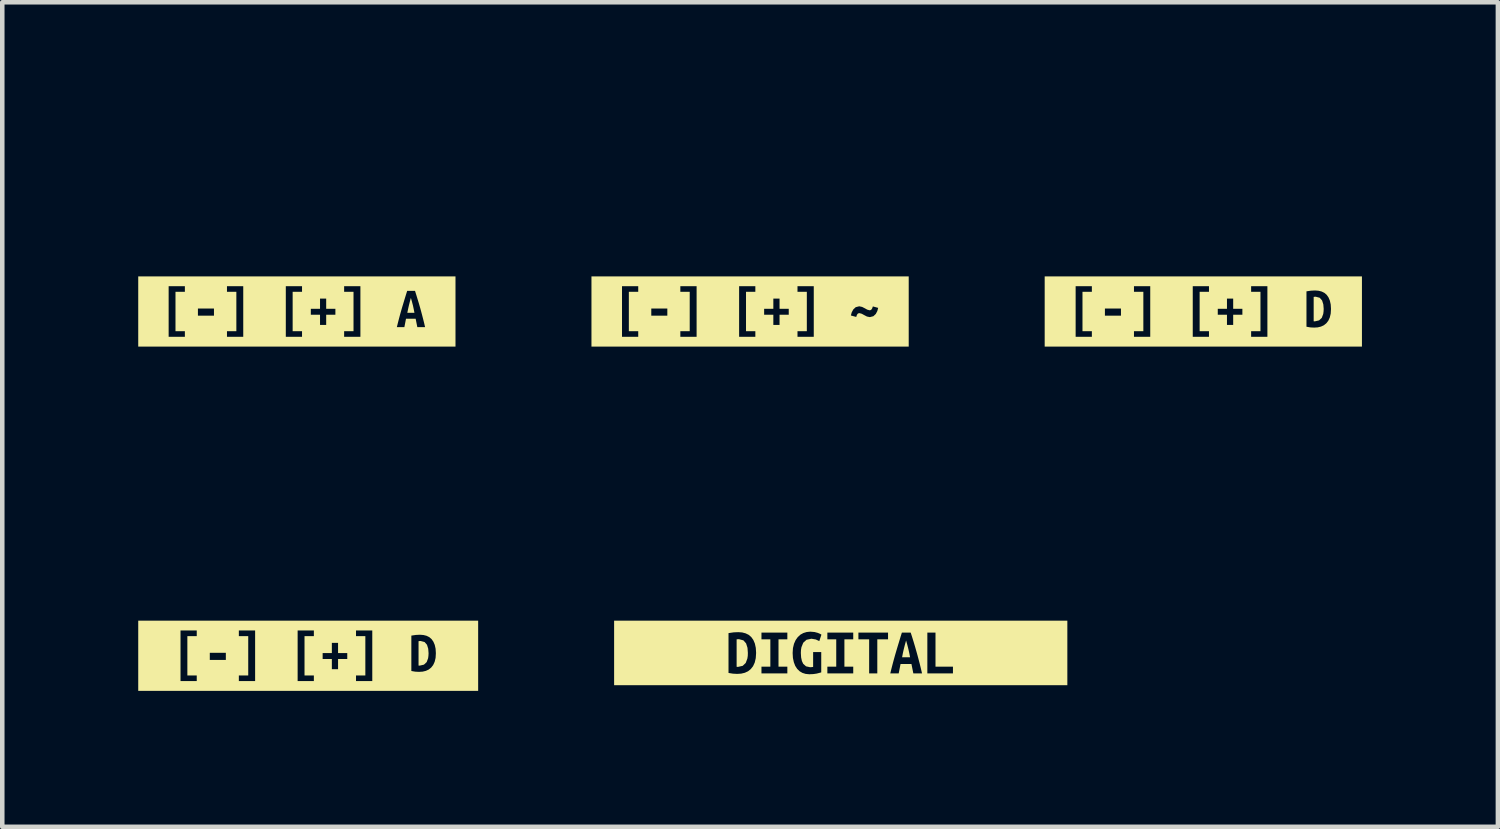
<source format=kicad_pcb>
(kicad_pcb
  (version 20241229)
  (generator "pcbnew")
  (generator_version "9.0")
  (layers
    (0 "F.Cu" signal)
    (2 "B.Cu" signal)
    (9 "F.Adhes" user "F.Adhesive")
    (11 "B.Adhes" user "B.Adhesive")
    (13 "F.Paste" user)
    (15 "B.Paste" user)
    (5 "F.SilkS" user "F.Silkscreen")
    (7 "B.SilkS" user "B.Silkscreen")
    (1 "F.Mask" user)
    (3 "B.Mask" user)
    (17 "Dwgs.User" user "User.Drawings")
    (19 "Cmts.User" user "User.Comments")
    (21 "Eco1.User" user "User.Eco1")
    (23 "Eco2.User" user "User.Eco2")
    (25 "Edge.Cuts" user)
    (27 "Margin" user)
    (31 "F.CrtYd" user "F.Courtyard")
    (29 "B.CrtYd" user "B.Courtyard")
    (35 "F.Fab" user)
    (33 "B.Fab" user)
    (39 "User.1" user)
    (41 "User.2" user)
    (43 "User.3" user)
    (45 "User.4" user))
  (footprint "kibuzzard-681D13E1"
    (layer "F.Cu")
    (at 15.5 11.357)
    (property "Reference" "kibuzzard-681D13E1" (at 0 -3.76 0) (layer "F.SilkS") (effects (font (size 0.001 0.001) (thickness 0.15))))
    (attr board_only exclude_from_pos_files exclude_from_bom)
    (fp_poly (pts (xy 1.442 -0.275) (xy 1.415 -0.178) (xy 1.392 -0.088) (xy 1.372 0.001) (xy 1.354 0.095) (xy 1.53 0.095) (xy 1.512 0.001) (xy 1.492 -0.088) (xy 1.469 -0.178) (xy 1.442 -0.275)) (stroke (width 0) (type solid)) (fill yes) (layer "F.SilkS"))
    (fp_poly (pts (xy -2.297 0.305) (xy -2.281 0.307) (xy -2.265 0.307) (xy -2.163 0.284) (xy -2.096 0.22) (xy -2.06 0.123) (xy -2.051 0.064) (xy -2.049 0) (xy -2.057 -0.113) (xy -2.088 -0.211) (xy -2.147 -0.278) (xy -2.245 -0.304) (xy -2.271 -0.303) (xy -2.297 -0.3) (xy -2.297 0.305)) (stroke (width 0) (type solid)) (fill yes) (layer "F.SilkS"))
    (fp_poly (pts (xy -5 -0.712) (xy -5 -0.712) (xy -5 0.712) (xy -5 0.712) (xy -2.284 0.712) (xy -2.284 0.462) (xy -2.378 0.457) (xy -2.476 0.441) (xy -2.476 -0.438) (xy -2.361 -0.455) (xy -2.261 -0.459) (xy -2.176 -0.453) (xy -2.099 -0.433) (xy -2.031 -0.4) (xy -1.974 -0.351) (xy -1.929 -0.288) (xy -1.895 -0.209) (xy -1.874 -0.113) (xy -1.867 0) (xy -1.875 0.116) (xy -1.898 0.213) (xy -1.935 0.293) (xy -1.985 0.356) (xy -2.045 0.404) (xy -2.116 0.437) (xy -2.196 0.456) (xy -2.284 0.462) (xy -2.284 0.712) (xy -1.749 0.712) (xy -1.749 0.451) (xy -1.749 0.302) (xy -1.553 0.302) (xy -1.553 -0.301) (xy -1.749 -0.301) (xy -1.749 -0.449) (xy -1.178 -0.449) (xy -1.178 -0.301) (xy -1.373 -0.301) (xy -1.373 0.302) (xy -1.178 0.302) (xy -1.178 0.451) (xy -1.749 0.451) (xy -1.749 0.712) (xy -0.694 0.712) (xy -0.694 0.47) (xy -0.774 0.462) (xy -0.845 0.44) (xy -0.908 0.403) (xy -0.961 0.351) (xy -1.004 0.285) (xy -1.035 0.204) (xy -1.055 0.109) (xy -1.061 0) (xy -1.054 -0.108) (xy -1.031 -0.203) (xy -0.995 -0.284) (xy -0.948 -0.35) (xy -0.891 -0.403) (xy -0.824 -0.44) (xy -0.751 -0.462) (xy -0.672 -0.47) (xy -0.578 -0.462) (xy -0.506 -0.443) (xy -0.456 -0.422) (xy -0.426 -0.404) (xy -0.473 -0.262) (xy -0.551 -0.298) (xy -0.647 -0.314) (xy -0.755 -0.291) (xy -0.827 -0.226) (xy -0.867 -0.127) (xy -0.877 -0.067) (xy -0.88 0) (xy -0.874 0.098) (xy -0.857 0.177) (xy -0.829 0.238) (xy -0.766 0.295) (xy -0.679 0.314) (xy -0.644 0.313) (xy -0.609 0.308) (xy -0.609 -0.02) (xy -0.43 -0.02) (xy -0.43 0.429) (xy -0.53 0.455) (xy -0.605 0.466) (xy -0.694 0.47) (xy -0.694 0.712) (xy -0.295 0.712) (xy -0.295 0.451) (xy -0.295 0.302) (xy -0.099 0.302) (xy -0.099 -0.301) (xy -0.295 -0.301) (xy -0.295 -0.449) (xy 0.276 -0.449) (xy 0.276 -0.301) (xy 0.081 -0.301) (xy 0.081 0.302) (xy 0.276 0.302) (xy 0.276 0.451) (xy -0.295 0.451) (xy -0.295 0.712) (xy 0.807 0.712) (xy 0.807 0.451) (xy 0.627 0.451) (xy 0.627 -0.301) (xy 0.39 -0.301) (xy 0.39 -0.449) (xy 1.044 -0.449) (xy 1.044 -0.301) (xy 0.807 -0.301) (xy 0.807 0.451) (xy 0.807 0.712) (xy 1.602 0.712) (xy 1.602 0.451) (xy 1.56 0.243) (xy 1.32 0.243) (xy 1.279 0.451) (xy 1.093 0.451) (xy 1.119 0.346) (xy 1.145 0.245) (xy 1.171 0.148) (xy 1.197 0.055) (xy 1.223 -0.034) (xy 1.255 -0.142) (xy 1.287 -0.247) (xy 1.318 -0.35) (xy 1.349 -0.449) (xy 1.544 -0.449) (xy 1.576 -0.349) (xy 1.608 -0.246) (xy 1.64 -0.139) (xy 1.671 -0.03) (xy 1.696 0.06) (xy 1.721 0.154) (xy 1.746 0.25) (xy 1.77 0.349) (xy 1.794 0.451) (xy 1.602 0.451) (xy 1.602 0.712) (xy 2.476 0.712) (xy 2.476 0.451) (xy 1.911 0.451) (xy 1.911 -0.449) (xy 2.091 -0.449) (xy 2.091 0.302) (xy 2.476 0.302) (xy 2.476 0.451) (xy 2.476 0.712) (xy 5 0.712) (xy 5 0.712) (xy 5 -0.712) (xy 5 -0.712) (xy -5 -0.712)) (stroke (width 0) (type solid)) (fill yes) (layer "F.SilkS")))
  (footprint "kibuzzard-681D00EA"
    (layer "F.Cu")
    (at 3.75 11.419)
    (property "Reference" "kibuzzard-681D00EA" (at 0 -3.822 0) (layer "F.SilkS") (effects (font (size 0.001 0.001) (thickness 0.15))))
    (attr board_only exclude_from_pos_files exclude_from_bom)
    (fp_poly (pts (xy 2.435 0.216) (xy 2.449 0.217) (xy 2.463 0.217) (xy 2.554 0.196) (xy 2.614 0.14) (xy 2.646 0.054) (xy 2.653 0.001) (xy 2.656 -0.056) (xy 2.648 -0.156) (xy 2.621 -0.243) (xy 2.568 -0.303) (xy 2.481 -0.326) (xy 2.458 -0.325) (xy 2.435 -0.322) (xy 2.435 0.216)) (stroke (width 0) (type solid)) (fill yes) (layer "F.SilkS"))
    (fp_poly (pts (xy -3.75 -0.774) (xy -3.75 -0.774) (xy -3.75 0.774) (xy -3.75 0.774) (xy -2.459 0.774) (xy -2.459 0.558) (xy -2.817 0.558) (xy -2.817 -0.558) (xy -2.459 -0.558) (xy -2.459 -0.434) (xy -2.666 -0.434) (xy -2.666 0.434) (xy -2.459 0.434) (xy -2.459 0.558) (xy -2.459 0.774) (xy -1.817 0.774) (xy -1.817 0.092) (xy -2.171 0.092) (xy -2.171 -0.065) (xy -1.817 -0.065) (xy -1.817 0.092) (xy -1.817 0.774) (xy -1.171 0.774) (xy -1.171 0.558) (xy -1.53 0.558) (xy -1.53 0.434) (xy -1.323 0.434) (xy -1.323 -0.434) (xy -1.53 -0.434) (xy -1.53 -0.558) (xy -1.171 -0.558) (xy -1.171 0.558) (xy -1.171 0.774) (xy 0.125 0.774) (xy 0.125 0.558) (xy -0.233 0.558) (xy -0.233 -0.558) (xy 0.125 -0.558) (xy 0.125 -0.434) (xy -0.081 -0.434) (xy -0.081 0.434) (xy 0.125 0.434) (xy 0.125 0.558) (xy 0.125 0.774) (xy 0.659 0.774) (xy 0.659 0.296) (xy 0.522 0.296) (xy 0.522 0.071) (xy 0.319 0.071) (xy 0.319 -0.059) (xy 0.522 -0.059) (xy 0.522 -0.284) (xy 0.659 -0.284) (xy 0.659 -0.059) (xy 0.862 -0.059) (xy 0.862 0.071) (xy 0.659 0.071) (xy 0.659 0.296) (xy 0.659 0.774) (xy 1.414 0.774) (xy 1.414 0.558) (xy 1.055 0.558) (xy 1.055 0.434) (xy 1.261 0.434) (xy 1.261 -0.434) (xy 1.055 -0.434) (xy 1.055 -0.558) (xy 1.414 -0.558) (xy 1.414 0.558) (xy 1.414 0.774) (xy 2.447 0.774) (xy 2.447 0.355) (xy 2.363 0.351) (xy 2.276 0.336) (xy 2.276 -0.445) (xy 2.378 -0.46) (xy 2.467 -0.464) (xy 2.543 -0.458) (xy 2.611 -0.441) (xy 2.672 -0.411) (xy 2.722 -0.368) (xy 2.762 -0.311) (xy 2.792 -0.241) (xy 2.811 -0.156) (xy 2.817 -0.056) (xy 2.811 0.047) (xy 2.79 0.134) (xy 2.757 0.205) (xy 2.713 0.261) (xy 2.659 0.304) (xy 2.596 0.333) (xy 2.525 0.35) (xy 2.447 0.355) (xy 2.447 0.774) (xy 3.75 0.774) (xy 3.75 0.774) (xy 3.75 -0.774) (xy 3.75 -0.774) (xy -3.75 -0.774)) (stroke (width 0) (type solid)) (fill yes) (layer "F.SilkS")))
  (footprint "kibuzzard-681CED7D"
    (layer "F.Cu")
    (at 3.5 3.823)
    (property "Reference" "kibuzzard-681CED7D" (at 0 -3.822 0) (layer "F.SilkS") (effects (font (size 0.001 0.001) (thickness 0.15))))
    (attr board_only exclude_from_pos_files exclude_from_bom)
    (fp_poly (pts (xy 2.516 -0.3) (xy 2.492 -0.214) (xy 2.472 -0.134) (xy 2.454 -0.054) (xy 2.437 0.028) (xy 2.594 0.028) (xy 2.578 -0.054) (xy 2.561 -0.134) (xy 2.54 -0.214) (xy 2.516 -0.3)) (stroke (width 0) (type solid)) (fill yes) (layer "F.SilkS"))
    (fp_poly (pts (xy -3.5 -0.774) (xy -3.5 -0.774) (xy -3.5 0.774) (xy -3.5 0.774) (xy -2.471 0.774) (xy -2.471 0.558) (xy -2.829 0.558) (xy -2.829 -0.558) (xy -2.471 -0.558) (xy -2.471 -0.434) (xy -2.678 -0.434) (xy -2.678 0.434) (xy -2.471 0.434) (xy -2.471 0.558) (xy -2.471 0.774) (xy -1.829 0.774) (xy -1.829 0.092) (xy -2.183 0.092) (xy -2.183 -0.065) (xy -1.829 -0.065) (xy -1.829 0.092) (xy -1.829 0.774) (xy -1.183 0.774) (xy -1.183 0.558) (xy -1.542 0.558) (xy -1.542 0.434) (xy -1.335 0.434) (xy -1.335 -0.434) (xy -1.542 -0.434) (xy -1.542 -0.558) (xy -1.183 -0.558) (xy -1.183 0.558) (xy -1.183 0.774) (xy 0.114 0.774) (xy 0.114 0.558) (xy -0.244 0.558) (xy -0.244 -0.558) (xy 0.114 -0.558) (xy 0.114 -0.434) (xy -0.093 -0.434) (xy -0.093 0.434) (xy 0.114 0.434) (xy 0.114 0.558) (xy 0.114 0.774) (xy 0.647 0.774) (xy 0.647 0.296) (xy 0.511 0.296) (xy 0.511 0.071) (xy 0.308 0.071) (xy 0.308 -0.059) (xy 0.511 -0.059) (xy 0.511 -0.284) (xy 0.647 -0.284) (xy 0.647 -0.059) (xy 0.85 -0.059) (xy 0.85 0.071) (xy 0.647 0.071) (xy 0.647 0.296) (xy 0.647 0.774) (xy 1.402 0.774) (xy 1.402 0.558) (xy 1.043 0.558) (xy 1.043 0.434) (xy 1.25 0.434) (xy 1.25 -0.434) (xy 1.043 -0.434) (xy 1.043 -0.558) (xy 1.402 -0.558) (xy 1.402 0.558) (xy 1.402 0.774) (xy 2.658 0.774) (xy 2.658 0.345) (xy 2.621 0.16) (xy 2.408 0.16) (xy 2.372 0.345) (xy 2.206 0.345) (xy 2.229 0.252) (xy 2.252 0.163) (xy 2.275 0.076) (xy 2.298 -0.006) (xy 2.321 -0.086) (xy 2.35 -0.182) (xy 2.378 -0.275) (xy 2.406 -0.366) (xy 2.434 -0.455) (xy 2.607 -0.455) (xy 2.635 -0.366) (xy 2.663 -0.274) (xy 2.692 -0.179) (xy 2.72 -0.082) (xy 2.742 -0.002) (xy 2.764 0.081) (xy 2.786 0.166) (xy 2.808 0.254) (xy 2.829 0.345) (xy 2.658 0.345) (xy 2.658 0.774) (xy 3.5 0.774) (xy 3.5 0.774) (xy 3.5 -0.774) (xy 3.5 -0.774) (xy -3.5 -0.774)) (stroke (width 0) (type solid)) (fill yes) (layer "F.SilkS")))
  (footprint "kibuzzard-681CEDBE"
    (layer "F.Cu")
    (at 13.5 3.823)
    (property "Reference" "kibuzzard-681CEDBE" (at 0 -3.822 0) (layer "F.SilkS") (effects (font (size 0.001 0.001) (thickness 0.15))))
    (attr board_only exclude_from_pos_files exclude_from_bom)
    (fp_poly (pts (xy -3.5 -0.774) (xy -3.5 -0.774) (xy -3.5 0.774) (xy -3.5 0.774) (xy -2.468 0.774) (xy -2.468 0.558) (xy -2.826 0.558) (xy -2.826 -0.558) (xy -2.468 -0.558) (xy -2.468 -0.434) (xy -2.675 -0.434) (xy -2.675 0.434) (xy -2.468 0.434) (xy -2.468 0.558) (xy -2.468 0.774) (xy -1.826 0.774) (xy -1.826 0.092) (xy -2.18 0.092) (xy -2.18 -0.065) (xy -1.826 -0.065) (xy -1.826 0.092) (xy -1.826 0.774) (xy -1.18 0.774) (xy -1.18 0.558) (xy -1.539 0.558) (xy -1.539 0.434) (xy -1.332 0.434) (xy -1.332 -0.434) (xy -1.539 -0.434) (xy -1.539 -0.558) (xy -1.18 -0.558) (xy -1.18 0.558) (xy -1.18 0.774) (xy 0.116 0.774) (xy 0.116 0.558) (xy -0.242 0.558) (xy -0.242 -0.558) (xy 0.116 -0.558) (xy 0.116 -0.434) (xy -0.09 -0.434) (xy -0.09 0.434) (xy 0.116 0.434) (xy 0.116 0.558) (xy 0.116 0.774) (xy 0.65 0.774) (xy 0.65 0.296) (xy 0.513 0.296) (xy 0.513 0.071) (xy 0.31 0.071) (xy 0.31 -0.059) (xy 0.513 -0.059) (xy 0.513 -0.284) (xy 0.65 -0.284) (xy 0.65 -0.059) (xy 0.853 -0.059) (xy 0.853 0.071) (xy 0.65 0.071) (xy 0.65 0.296) (xy 0.65 0.774) (xy 1.405 0.774) (xy 1.405 0.558) (xy 1.046 0.558) (xy 1.046 0.434) (xy 1.252 0.434) (xy 1.252 -0.434) (xy 1.046 -0.434) (xy 1.046 -0.558) (xy 1.405 -0.558) (xy 1.405 0.558) (xy 1.405 0.774) (xy 2.643 0.774) (xy 2.643 0.124) (xy 2.578 0.111) (xy 2.519 0.08) (xy 2.464 0.05) (xy 2.413 0.036) (xy 2.393 0.039) (xy 2.374 0.05) (xy 2.357 0.075) (xy 2.342 0.12) (xy 2.224 0.088) (xy 2.242 0.02) (xy 2.277 -0.045) (xy 2.33 -0.095) (xy 2.408 -0.115) (xy 2.472 -0.101) (xy 2.531 -0.071) (xy 2.585 -0.041) (xy 2.637 -0.027) (xy 2.657 -0.03) (xy 2.675 -0.041) (xy 2.693 -0.067) (xy 2.709 -0.112) (xy 2.826 -0.08) (xy 2.808 -0.012) (xy 2.774 0.054) (xy 2.72 0.104) (xy 2.643 0.124) (xy 2.643 0.774) (xy 3.5 0.774) (xy 3.5 0.774) (xy 3.5 -0.774) (xy 3.5 -0.774) (xy -3.5 -0.774)) (stroke (width 0) (type solid)) (fill yes) (layer "F.SilkS")))
  (footprint "kibuzzard-681CEE16"
    (layer "F.Cu")
    (at 23.5 3.823)
    (property "Reference" "kibuzzard-681CEE16" (at 0 -3.822 0) (layer "F.SilkS") (effects (font (size 0.001 0.001) (thickness 0.15))))
    (attr board_only exclude_from_pos_files exclude_from_bom)
    (fp_poly (pts (xy 2.435 0.216) (xy 2.449 0.217) (xy 2.463 0.217) (xy 2.554 0.196) (xy 2.614 0.14) (xy 2.646 0.054) (xy 2.653 0.001) (xy 2.656 -0.056) (xy 2.648 -0.156) (xy 2.621 -0.243) (xy 2.568 -0.303) (xy 2.481 -0.326) (xy 2.458 -0.325) (xy 2.435 -0.322) (xy 2.435 0.216)) (stroke (width 0) (type solid)) (fill yes) (layer "F.SilkS"))
    (fp_poly (pts (xy -3.5 -0.774) (xy -3.5 -0.774) (xy -3.5 0.774) (xy -3.5 0.774) (xy -2.459 0.774) (xy -2.459 0.558) (xy -2.817 0.558) (xy -2.817 -0.558) (xy -2.459 -0.558) (xy -2.459 -0.434) (xy -2.666 -0.434) (xy -2.666 0.434) (xy -2.459 0.434) (xy -2.459 0.558) (xy -2.459 0.774) (xy -1.817 0.774) (xy -1.817 0.092) (xy -2.171 0.092) (xy -2.171 -0.065) (xy -1.817 -0.065) (xy -1.817 0.092) (xy -1.817 0.774) (xy -1.171 0.774) (xy -1.171 0.558) (xy -1.53 0.558) (xy -1.53 0.434) (xy -1.323 0.434) (xy -1.323 -0.434) (xy -1.53 -0.434) (xy -1.53 -0.558) (xy -1.171 -0.558) (xy -1.171 0.558) (xy -1.171 0.774) (xy 0.125 0.774) (xy 0.125 0.558) (xy -0.233 0.558) (xy -0.233 -0.558) (xy 0.125 -0.558) (xy 0.125 -0.434) (xy -0.081 -0.434) (xy -0.081 0.434) (xy 0.125 0.434) (xy 0.125 0.558) (xy 0.125 0.774) (xy 0.659 0.774) (xy 0.659 0.296) (xy 0.522 0.296) (xy 0.522 0.071) (xy 0.319 0.071) (xy 0.319 -0.059) (xy 0.522 -0.059) (xy 0.522 -0.284) (xy 0.659 -0.284) (xy 0.659 -0.059) (xy 0.862 -0.059) (xy 0.862 0.071) (xy 0.659 0.071) (xy 0.659 0.296) (xy 0.659 0.774) (xy 1.414 0.774) (xy 1.414 0.558) (xy 1.055 0.558) (xy 1.055 0.434) (xy 1.261 0.434) (xy 1.261 -0.434) (xy 1.055 -0.434) (xy 1.055 -0.558) (xy 1.414 -0.558) (xy 1.414 0.558) (xy 1.414 0.774) (xy 2.447 0.774) (xy 2.447 0.355) (xy 2.363 0.351) (xy 2.276 0.336) (xy 2.276 -0.445) (xy 2.378 -0.46) (xy 2.467 -0.464) (xy 2.543 -0.458) (xy 2.611 -0.441) (xy 2.672 -0.411) (xy 2.722 -0.368) (xy 2.762 -0.311) (xy 2.792 -0.241) (xy 2.811 -0.156) (xy 2.817 -0.056) (xy 2.811 0.047) (xy 2.79 0.134) (xy 2.757 0.205) (xy 2.713 0.261) (xy 2.659 0.304) (xy 2.596 0.333) (xy 2.525 0.35) (xy 2.447 0.355) (xy 2.447 0.774) (xy 3.5 0.774) (xy 3.5 0.774) (xy 3.5 -0.774) (xy 3.5 -0.774) (xy -3.5 -0.774)) (stroke (width 0) (type solid)) (fill yes) (layer "F.SilkS")))
  (gr_rect
    (start -3 -3)
    (end 30 15.193)
    (stroke (width 0.1) (type default))
    (fill no)
    (layer "Edge.Cuts")))
</source>
